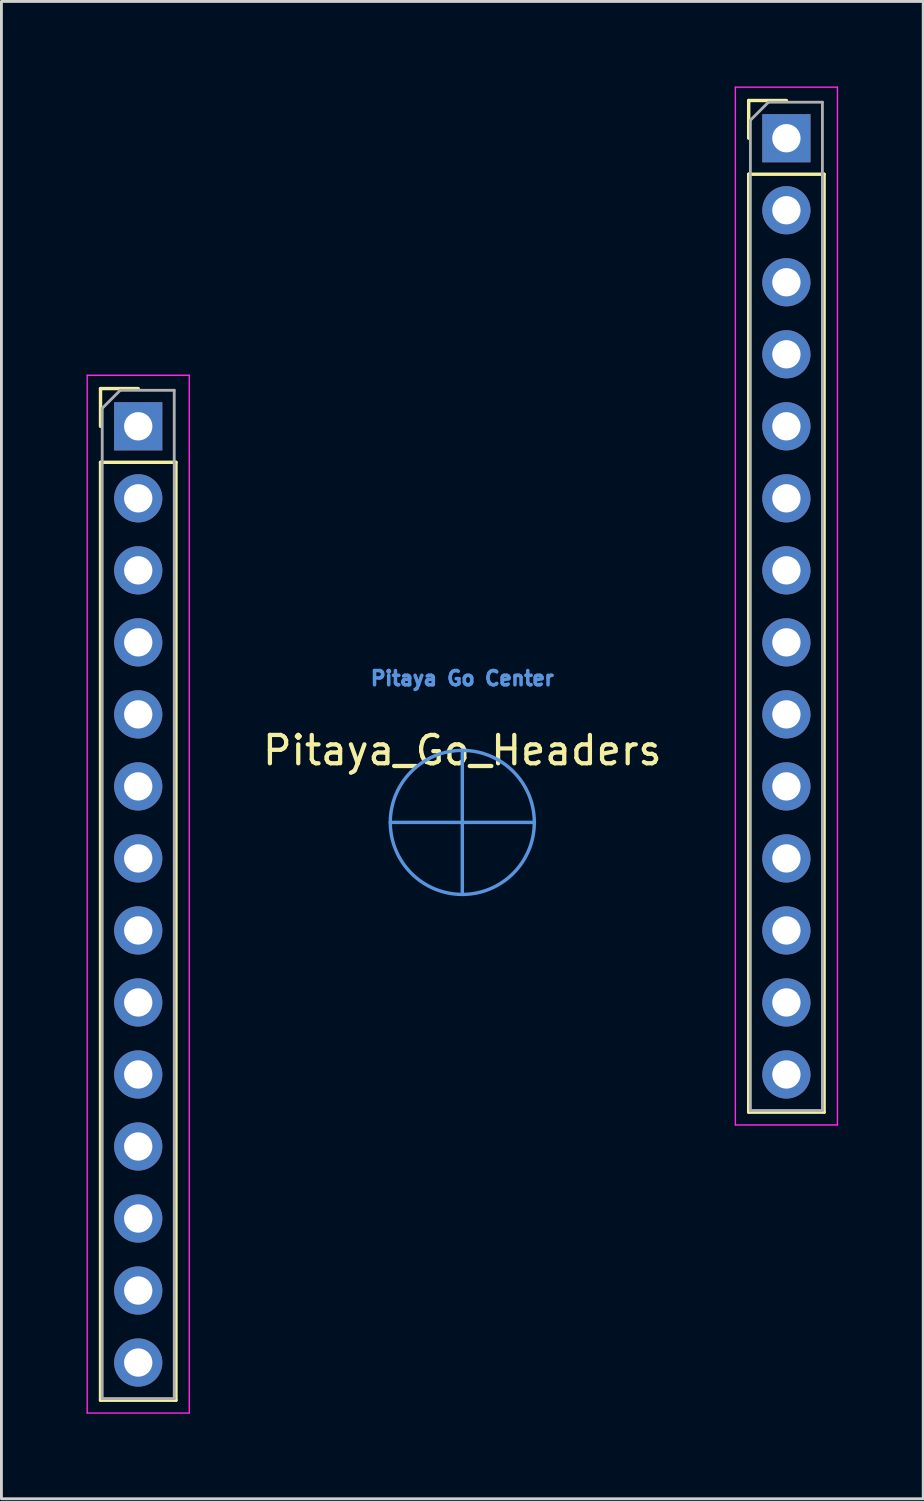
<source format=kicad_pcb>
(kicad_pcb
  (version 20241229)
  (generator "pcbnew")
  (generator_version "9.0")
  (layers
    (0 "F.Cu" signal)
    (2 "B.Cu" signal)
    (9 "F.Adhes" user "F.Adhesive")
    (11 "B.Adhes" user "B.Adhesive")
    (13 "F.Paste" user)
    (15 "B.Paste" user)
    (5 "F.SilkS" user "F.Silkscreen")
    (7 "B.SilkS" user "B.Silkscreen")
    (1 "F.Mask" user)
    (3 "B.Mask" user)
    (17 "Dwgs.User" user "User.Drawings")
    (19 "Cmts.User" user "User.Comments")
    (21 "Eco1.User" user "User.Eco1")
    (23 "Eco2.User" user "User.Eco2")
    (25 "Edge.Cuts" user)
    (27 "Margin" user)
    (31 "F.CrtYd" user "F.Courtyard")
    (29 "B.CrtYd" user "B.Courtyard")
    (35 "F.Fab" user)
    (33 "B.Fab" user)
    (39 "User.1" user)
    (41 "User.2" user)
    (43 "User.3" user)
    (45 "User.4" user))
  (footprint "Pitaya_Go_Headers"
    (layer "F.Cu")
    (at 13.255 25.955)
    (property "Reference" "Pitaya_Go_Headers" (at 0 -2.54 0) (layer "F.SilkS") (effects (font (size 1 1) (thickness 0.15))))
    (attr through_hole)
    (fp_line (start -12.76 -15.3) (end -11.43 -15.3) (stroke (width 0.12) (type solid)) (layer "F.SilkS"))
    (fp_line (start -12.76 -13.97) (end -12.76 -15.3) (stroke (width 0.12) (type solid)) (layer "F.SilkS"))
    (fp_line (start -12.76 -12.7) (end -12.76 20.38) (stroke (width 0.12) (type solid)) (layer "F.SilkS"))
    (fp_line (start -12.76 -12.7) (end -10.1 -12.7) (stroke (width 0.12) (type solid)) (layer "F.SilkS"))
    (fp_line (start -10.1 -12.7) (end -10.1 20.38) (stroke (width 0.12) (type solid)) (layer "F.SilkS"))
    (fp_line (start -10.1 20.38) (end -12.76 20.38) (stroke (width 0.12) (type solid)) (layer "F.SilkS"))
    (fp_line (start 10.1 -25.46) (end 11.43 -25.46) (stroke (width 0.12) (type solid)) (layer "F.SilkS"))
    (fp_line (start 10.1 -24.13) (end 10.1 -25.46) (stroke (width 0.12) (type solid)) (layer "F.SilkS"))
    (fp_line (start 10.1 -22.86) (end 10.1 10.22) (stroke (width 0.12) (type solid)) (layer "F.SilkS"))
    (fp_line (start 10.1 -22.86) (end 12.76 -22.86) (stroke (width 0.12) (type solid)) (layer "F.SilkS"))
    (fp_line (start 12.76 -22.86) (end 12.76 10.22) (stroke (width 0.12) (type solid)) (layer "F.SilkS"))
    (fp_line (start 12.76 10.22) (end 10.1 10.22) (stroke (width 0.12) (type solid)) (layer "F.SilkS"))
    (fp_line (start -2.54 0) (end 2.54 0) (stroke (width 0.12) (type solid)) (layer "Cmts.User"))
    (fp_line (start 0 -2.54) (end 0 2.54) (stroke (width 0.12) (type solid)) (layer "Cmts.User"))
    (fp_circle (center 0 0) (end 2.54 0) (stroke (width 0.12) (type solid)) (fill no) (layer "Cmts.User"))
    (fp_line (start -13.23 -15.77) (end -13.23 20.83) (stroke (width 0.05) (type solid)) (layer "F.CrtYd"))
    (fp_line (start -13.23 20.83) (end -9.63 20.83) (stroke (width 0.05) (type solid)) (layer "F.CrtYd"))
    (fp_line (start -9.63 -15.77) (end -13.23 -15.77) (stroke (width 0.05) (type solid)) (layer "F.CrtYd"))
    (fp_line (start -9.63 20.83) (end -9.63 -15.77) (stroke (width 0.05) (type solid)) (layer "F.CrtYd"))
    (fp_line (start 9.63 -25.93) (end 9.63 10.67) (stroke (width 0.05) (type solid)) (layer "F.CrtYd"))
    (fp_line (start 9.63 10.67) (end 13.23 10.67) (stroke (width 0.05) (type solid)) (layer "F.CrtYd"))
    (fp_line (start 13.23 -25.93) (end 9.63 -25.93) (stroke (width 0.05) (type solid)) (layer "F.CrtYd"))
    (fp_line (start 13.23 10.67) (end 13.23 -25.93) (stroke (width 0.05) (type solid)) (layer "F.CrtYd"))
    (fp_line (start -12.7 -14.605) (end -12.065 -15.24) (stroke (width 0.1) (type solid)) (layer "F.Fab"))
    (fp_line (start -12.7 20.32) (end -12.7 -14.605) (stroke (width 0.1) (type solid)) (layer "F.Fab"))
    (fp_line (start -12.7 20.32) (end -10.16 20.32) (stroke (width 0.1) (type solid)) (layer "F.Fab"))
    (fp_line (start -12.065 -15.24) (end -10.16 -15.24) (stroke (width 0.1) (type solid)) (layer "F.Fab"))
    (fp_line (start -10.16 -15.24) (end -10.16 20.32) (stroke (width 0.1) (type solid)) (layer "F.Fab"))
    (fp_line (start 10.16 -24.765) (end 10.795 -25.4) (stroke (width 0.1) (type solid)) (layer "F.Fab"))
    (fp_line (start 10.16 10.16) (end 10.16 -24.765) (stroke (width 0.1) (type solid)) (layer "F.Fab"))
    (fp_line (start 10.16 10.16) (end 12.7 10.16) (stroke (width 0.1) (type solid)) (layer "F.Fab"))
    (fp_line (start 10.795 -25.4) (end 12.7 -25.4) (stroke (width 0.1) (type solid)) (layer "F.Fab"))
    (fp_line (start 12.7 -25.4) (end 12.7 10.16) (stroke (width 0.1) (type solid)) (layer "F.Fab"))
    (fp_text user "Pitaya Go Center" (at 0 -5.08 0) (layer "Cmts.User") (effects (font (size 0.5 0.5) (thickness 0.125))))
    (pad "1" thru_hole rect (at -11.43 -13.97) (size 1.7 1.7) (drill 1) (layers "*.Cu" "*.Mask"))
    (pad "2" thru_hole oval (at -11.43 -11.43) (size 1.7 1.7) (drill 1) (layers "*.Cu" "*.Mask"))
    (pad "3" thru_hole oval (at -11.43 -8.89) (size 1.7 1.7) (drill 1) (layers "*.Cu" "*.Mask"))
    (pad "4" thru_hole oval (at -11.43 -6.35) (size 1.7 1.7) (drill 1) (layers "*.Cu" "*.Mask"))
    (pad "5" thru_hole oval (at -11.43 -3.81) (size 1.7 1.7) (drill 1) (layers "*.Cu" "*.Mask"))
    (pad "6" thru_hole oval (at -11.43 -1.27) (size 1.7 1.7) (drill 1) (layers "*.Cu" "*.Mask"))
    (pad "7" thru_hole oval (at -11.43 1.27) (size 1.7 1.7) (drill 1) (layers "*.Cu" "*.Mask"))
    (pad "8" thru_hole oval (at -11.43 3.81) (size 1.7 1.7) (drill 1) (layers "*.Cu" "*.Mask"))
    (pad "9" thru_hole oval (at -11.43 6.35) (size 1.7 1.7) (drill 1) (layers "*.Cu" "*.Mask"))
    (pad "10" thru_hole oval (at -11.43 8.89) (size 1.7 1.7) (drill 1) (layers "*.Cu" "*.Mask"))
    (pad "11" thru_hole oval (at -11.43 11.43) (size 1.7 1.7) (drill 1) (layers "*.Cu" "*.Mask"))
    (pad "12" thru_hole oval (at -11.43 13.97) (size 1.7 1.7) (drill 1) (layers "*.Cu" "*.Mask"))
    (pad "13" thru_hole oval (at -11.43 16.51) (size 1.7 1.7) (drill 1) (layers "*.Cu" "*.Mask"))
    (pad "14" thru_hole oval (at -11.43 19.05) (size 1.7 1.7) (drill 1) (layers "*.Cu" "*.Mask"))
    (pad "15" thru_hole rect (at 11.43 -24.13) (size 1.7 1.7) (drill 1) (layers "*.Cu" "*.Mask"))
    (pad "16" thru_hole oval (at 11.43 -21.59) (size 1.7 1.7) (drill 1) (layers "*.Cu" "*.Mask"))
    (pad "17" thru_hole oval (at 11.43 -19.05) (size 1.7 1.7) (drill 1) (layers "*.Cu" "*.Mask"))
    (pad "18" thru_hole oval (at 11.43 -16.51) (size 1.7 1.7) (drill 1) (layers "*.Cu" "*.Mask"))
    (pad "19" thru_hole oval (at 11.43 -13.97) (size 1.7 1.7) (drill 1) (layers "*.Cu" "*.Mask"))
    (pad "20" thru_hole oval (at 11.43 -11.43) (size 1.7 1.7) (drill 1) (layers "*.Cu" "*.Mask"))
    (pad "21" thru_hole oval (at 11.43 -8.89) (size 1.7 1.7) (drill 1) (layers "*.Cu" "*.Mask"))
    (pad "22" thru_hole oval (at 11.43 -6.35) (size 1.7 1.7) (drill 1) (layers "*.Cu" "*.Mask"))
    (pad "23" thru_hole oval (at 11.43 -3.81) (size 1.7 1.7) (drill 1) (layers "*.Cu" "*.Mask"))
    (pad "24" thru_hole oval (at 11.43 -1.27) (size 1.7 1.7) (drill 1) (layers "*.Cu" "*.Mask"))
    (pad "25" thru_hole oval (at 11.43 1.27) (size 1.7 1.7) (drill 1) (layers "*.Cu" "*.Mask"))
    (pad "26" thru_hole oval (at 11.43 3.81) (size 1.7 1.7) (drill 1) (layers "*.Cu" "*.Mask"))
    (pad "27" thru_hole oval (at 11.43 6.35) (size 1.7 1.7) (drill 1) (layers "*.Cu" "*.Mask"))
    (pad "28" thru_hole oval (at 11.43 8.89) (size 1.7 1.7) (drill 1) (layers "*.Cu" "*.Mask")))
  (gr_rect
    (start -3 -3)
    (end 29.51 49.81)
    (stroke (width 0.1) (type default))
    (fill no)
    (layer "Edge.Cuts")))
</source>
